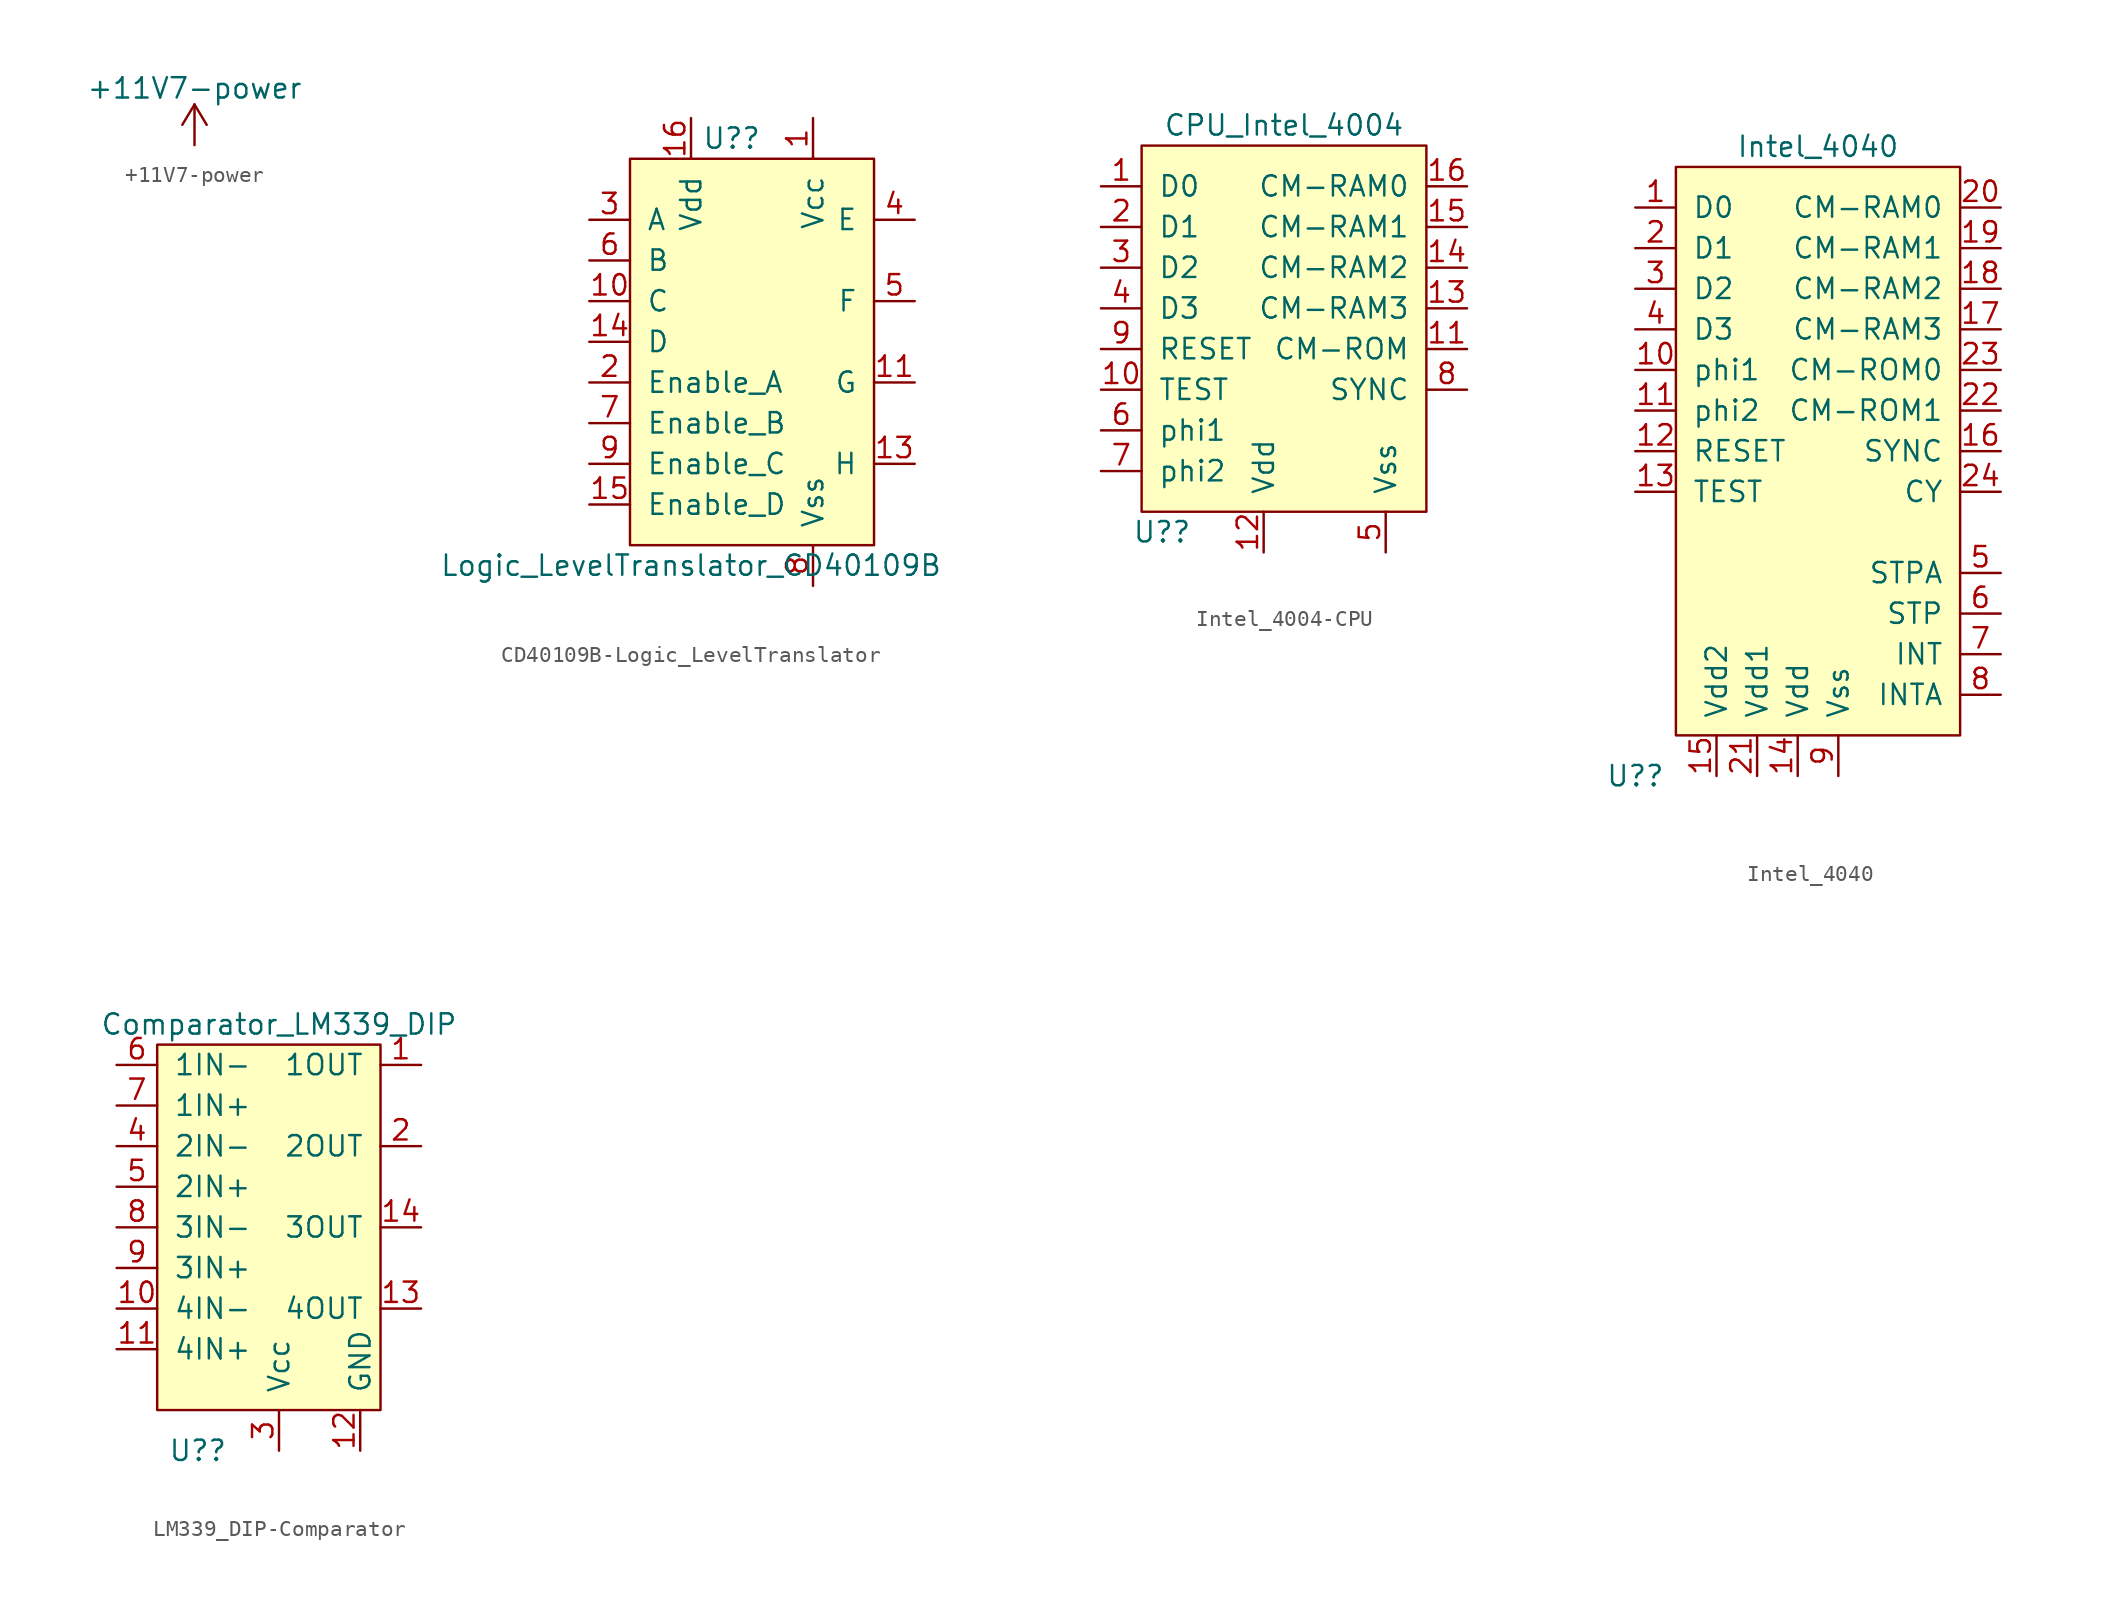
<source format=kicad_sym>
(kicad_symbol_lib
  (version 20220914)
  (generator kicad_symbol_editor)
  (symbol "+11V7-power"
    (power)
    (pin_names
      (offset 0))
    (property "Reference" "#PWR"
      (at 0 -3.81 0)
      (effects (font (size 1.27 1.27)) hide))
    (property "Value" "+11V7-power"
      (at 0 3.556 0)
      (effects (font (size 1.27 1.27))))
    (symbol "+11V7-power_0_1"
      (polyline (pts (xy -0.762 1.27) (xy 0 2.54)) (stroke (width 0) (type solid)) (fill (type none)))
      (polyline (pts (xy 0 0) (xy 0 2.54)) (stroke (width 0) (type solid)) (fill (type none)))
      (polyline (pts (xy 0 2.54) (xy 0.762 1.27)) (stroke (width 0) (type solid)) (fill (type none))))
    (symbol "+11V7-power_1_1"
      (pin power_in line (at 0 0 90) (length 0) hide (name "+11V7" (effects (font (size 1.27 1.27)))) (number "1" (effects (font (size 1.27 1.27)))))))
  (symbol "CD40109B-Logic_LevelTranslator"
    (pin_names
      (offset 1.016))
    (property "Reference" "U?"
      (at -1.27 2.54 0)
      (effects (font (size 1.27 1.27))))
    (property "Value" "Logic_LevelTranslator_CD40109B"
      (at -3.81 -24.13 0)
      (effects (font (size 1.27 1.27))))
    (symbol "CD40109B-Logic_LevelTranslator_0_1"
      (rectangle (start -7.62 1.27) (end 7.62 -22.86) (stroke (width 0) (type solid)) (fill (type background))))
    (symbol "CD40109B-Logic_LevelTranslator_1_1"
      (pin power_in line (at 3.81 3.81 270) (length 2.54) (name "Vcc" (effects (font (size 1.27 1.27)))) (number "1" (effects (font (size 1.27 1.27)))))
      (pin input line (at -10.16 -7.62 0) (length 2.54) (name "C" (effects (font (size 1.27 1.27)))) (number "10" (effects (font (size 1.27 1.27)))))
      (pin output line (at 10.16 -12.7 180) (length 2.54) (name "G" (effects (font (size 1.27 1.27)))) (number "11" (effects (font (size 1.27 1.27)))))
      (pin output line (at 10.16 -17.78 180) (length 2.54) (name "H" (effects (font (size 1.27 1.27)))) (number "13" (effects (font (size 1.27 1.27)))))
      (pin input line (at -10.16 -10.16 0) (length 2.54) (name "D" (effects (font (size 1.27 1.27)))) (number "14" (effects (font (size 1.27 1.27)))))
      (pin input line (at -10.16 -20.32 0) (length 2.54) (name "Enable_D" (effects (font (size 1.27 1.27)))) (number "15" (effects (font (size 1.27 1.27)))))
      (pin power_in line (at -3.81 3.81 270) (length 2.54) (name "Vdd" (effects (font (size 1.27 1.27)))) (number "16" (effects (font (size 1.27 1.27)))))
      (pin input line (at -10.16 -12.7 0) (length 2.54) (name "Enable_A" (effects (font (size 1.27 1.27)))) (number "2" (effects (font (size 1.27 1.27)))))
      (pin input line (at -10.16 -2.54 0) (length 2.54) (name "A" (effects (font (size 1.27 1.27)))) (number "3" (effects (font (size 1.27 1.27)))))
      (pin output line (at 10.16 -2.54 180) (length 2.54) (name "E" (effects (font (size 1.27 1.27)))) (number "4" (effects (font (size 1.27 1.27)))))
      (pin output line (at 10.16 -7.62 180) (length 2.54) (name "F" (effects (font (size 1.27 1.27)))) (number "5" (effects (font (size 1.27 1.27)))))
      (pin input line (at -10.16 -5.08 0) (length 2.54) (name "B" (effects (font (size 1.27 1.27)))) (number "6" (effects (font (size 1.27 1.27)))))
      (pin input line (at -10.16 -15.24 0) (length 2.54) (name "Enable_B" (effects (font (size 1.27 1.27)))) (number "7" (effects (font (size 1.27 1.27)))))
      (pin power_in line (at 3.81 -25.4 90) (length 2.54) (name "Vss" (effects (font (size 1.27 1.27)))) (number "8" (effects (font (size 1.27 1.27)))))
      (pin input line (at -10.16 -17.78 0) (length 2.54) (name "Enable_C" (effects (font (size 1.27 1.27)))) (number "9" (effects (font (size 1.27 1.27)))))))
  (symbol "Intel_4004-CPU"
    (pin_names
      (offset 1.016))
    (property "Reference" "U?"
      (at -5.08 -24.13 0)
      (effects (font (size 1.27 1.27))))
    (property "Value" "CPU_Intel_4004"
      (at 2.54 1.27 0)
      (effects (font (size 1.27 1.27))))
    (symbol "Intel_4004-CPU_0_1"
      (rectangle (start -6.35 0) (end 11.43 -22.86) (stroke (width 0) (type solid)) (fill (type background))))
    (symbol "Intel_4004-CPU_1_1"
      (pin bidirectional line (at -8.89 -2.54 0) (length 2.54) (name "D0" (effects (font (size 1.27 1.27)))) (number "1" (effects (font (size 1.27 1.27)))))
      (pin input line (at -8.89 -15.24 0) (length 2.54) (name "TEST" (effects (font (size 1.27 1.27)))) (number "10" (effects (font (size 1.27 1.27)))))
      (pin output line (at 13.97 -12.7 180) (length 2.54) (name "CM-ROM" (effects (font (size 1.27 1.27)))) (number "11" (effects (font (size 1.27 1.27)))))
      (pin power_in line (at 1.27 -25.4 90) (length 2.54) (name "Vdd" (effects (font (size 1.27 1.27)))) (number "12" (effects (font (size 1.27 1.27)))))
      (pin output line (at 13.97 -10.16 180) (length 2.54) (name "CM-RAM3" (effects (font (size 1.27 1.27)))) (number "13" (effects (font (size 1.27 1.27)))))
      (pin output line (at 13.97 -7.62 180) (length 2.54) (name "CM-RAM2" (effects (font (size 1.27 1.27)))) (number "14" (effects (font (size 1.27 1.27)))))
      (pin output line (at 13.97 -5.08 180) (length 2.54) (name "CM-RAM1" (effects (font (size 1.27 1.27)))) (number "15" (effects (font (size 1.27 1.27)))))
      (pin output line (at 13.97 -2.54 180) (length 2.54) (name "CM-RAM0" (effects (font (size 1.27 1.27)))) (number "16" (effects (font (size 1.27 1.27)))))
      (pin bidirectional line (at -8.89 -5.08 0) (length 2.54) (name "D1" (effects (font (size 1.27 1.27)))) (number "2" (effects (font (size 1.27 1.27)))))
      (pin bidirectional line (at -8.89 -7.62 0) (length 2.54) (name "D2" (effects (font (size 1.27 1.27)))) (number "3" (effects (font (size 1.27 1.27)))))
      (pin bidirectional line (at -8.89 -10.16 0) (length 2.54) (name "D3" (effects (font (size 1.27 1.27)))) (number "4" (effects (font (size 1.27 1.27)))))
      (pin power_in line (at 8.89 -25.4 90) (length 2.54) (name "Vss" (effects (font (size 1.27 1.27)))) (number "5" (effects (font (size 1.27 1.27)))))
      (pin input line (at -8.89 -17.78 0) (length 2.54) (name "phi1" (effects (font (size 1.27 1.27)))) (number "6" (effects (font (size 1.27 1.27)))))
      (pin input line (at -8.89 -20.32 0) (length 2.54) (name "phi2" (effects (font (size 1.27 1.27)))) (number "7" (effects (font (size 1.27 1.27)))))
      (pin output line (at 13.97 -15.24 180) (length 2.54) (name "SYNC" (effects (font (size 1.27 1.27)))) (number "8" (effects (font (size 1.27 1.27)))))
      (pin input line (at -8.89 -12.7 0) (length 2.54) (name "RESET" (effects (font (size 1.27 1.27)))) (number "9" (effects (font (size 1.27 1.27)))))))
  (symbol "Intel_4040"
    (pin_names
      (offset 1.016))
    (property "Reference" "U?"
      (at -8.89 -38.1 0)
      (effects (font (size 1.27 1.27))))
    (property "Value" "Intel_4040"
      (at 2.54 1.27 0)
      (effects (font (size 1.27 1.27))))
    (symbol "Intel_4040_0_1"
      (rectangle (start -6.35 0) (end 11.43 -35.56) (stroke (width 0) (type solid)) (fill (type background))))
    (symbol "Intel_4040_1_1"
      (pin bidirectional line (at -8.89 -2.54 0) (length 2.54) (name "D0" (effects (font (size 1.27 1.27)))) (number "1" (effects (font (size 1.27 1.27)))))
      (pin input line (at -8.89 -12.7 0) (length 2.54) (name "phi1" (effects (font (size 1.27 1.27)))) (number "10" (effects (font (size 1.27 1.27)))))
      (pin input line (at -8.89 -15.24 0) (length 2.54) (name "phi2" (effects (font (size 1.27 1.27)))) (number "11" (effects (font (size 1.27 1.27)))))
      (pin input line (at -8.89 -17.78 0) (length 2.54) (name "RESET" (effects (font (size 1.27 1.27)))) (number "12" (effects (font (size 1.27 1.27)))))
      (pin input line (at -8.89 -20.32 0) (length 2.54) (name "TEST" (effects (font (size 1.27 1.27)))) (number "13" (effects (font (size 1.27 1.27)))))
      (pin power_in line (at 1.27 -38.1 90) (length 2.54) (name "Vdd" (effects (font (size 1.27 1.27)))) (number "14" (effects (font (size 1.27 1.27)))))
      (pin power_in line (at -3.81 -38.1 90) (length 2.54) (name "Vdd2" (effects (font (size 1.27 1.27)))) (number "15" (effects (font (size 1.27 1.27)))))
      (pin output line (at 13.97 -17.78 180) (length 2.54) (name "SYNC" (effects (font (size 1.27 1.27)))) (number "16" (effects (font (size 1.27 1.27)))))
      (pin output line (at 13.97 -10.16 180) (length 2.54) (name "CM-RAM3" (effects (font (size 1.27 1.27)))) (number "17" (effects (font (size 1.27 1.27)))))
      (pin output line (at 13.97 -7.62 180) (length 2.54) (name "CM-RAM2" (effects (font (size 1.27 1.27)))) (number "18" (effects (font (size 1.27 1.27)))))
      (pin output line (at 13.97 -5.08 180) (length 2.54) (name "CM-RAM1" (effects (font (size 1.27 1.27)))) (number "19" (effects (font (size 1.27 1.27)))))
      (pin bidirectional line (at -8.89 -5.08 0) (length 2.54) (name "D1" (effects (font (size 1.27 1.27)))) (number "2" (effects (font (size 1.27 1.27)))))
      (pin output line (at 13.97 -2.54 180) (length 2.54) (name "CM-RAM0" (effects (font (size 1.27 1.27)))) (number "20" (effects (font (size 1.27 1.27)))))
      (pin power_in line (at -1.27 -38.1 90) (length 2.54) (name "Vdd1" (effects (font (size 1.27 1.27)))) (number "21" (effects (font (size 1.27 1.27)))))
      (pin output line (at 13.97 -15.24 180) (length 2.54) (name "CM-ROM1" (effects (font (size 1.27 1.27)))) (number "22" (effects (font (size 1.27 1.27)))))
      (pin output line (at 13.97 -12.7 180) (length 2.54) (name "CM-ROM0" (effects (font (size 1.27 1.27)))) (number "23" (effects (font (size 1.27 1.27)))))
      (pin output line (at 13.97 -20.32 180) (length 2.54) (name "CY" (effects (font (size 1.27 1.27)))) (number "24" (effects (font (size 1.27 1.27)))))
      (pin bidirectional line (at -8.89 -7.62 0) (length 2.54) (name "D2" (effects (font (size 1.27 1.27)))) (number "3" (effects (font (size 1.27 1.27)))))
      (pin bidirectional line (at -8.89 -10.16 0) (length 2.54) (name "D3" (effects (font (size 1.27 1.27)))) (number "4" (effects (font (size 1.27 1.27)))))
      (pin output line (at 13.97 -25.4 180) (length 2.54) (name "STPA" (effects (font (size 1.27 1.27)))) (number "5" (effects (font (size 1.27 1.27)))))
      (pin input line (at 13.97 -27.94 180) (length 2.54) (name "STP" (effects (font (size 1.27 1.27)))) (number "6" (effects (font (size 1.27 1.27)))))
      (pin input line (at 13.97 -30.48 180) (length 2.54) (name "INT" (effects (font (size 1.27 1.27)))) (number "7" (effects (font (size 1.27 1.27)))))
      (pin output line (at 13.97 -33.02 180) (length 2.54) (name "INTA" (effects (font (size 1.27 1.27)))) (number "8" (effects (font (size 1.27 1.27)))))
      (pin power_in line (at 3.81 -38.1 90) (length 2.54) (name "Vss" (effects (font (size 1.27 1.27)))) (number "9" (effects (font (size 1.27 1.27)))))))
  (symbol "LM339_DIP-Comparator"
    (pin_names
      (offset 1.016))
    (property "Reference" "U?"
      (at -5.08 -25.4 0)
      (effects (font (size 1.27 1.27))))
    (property "Value" "Comparator_LM339_DIP"
      (at 0 1.27 0)
      (effects (font (size 1.27 1.27))))
    (symbol "LM339_DIP-Comparator_0_1"
      (rectangle (start -7.62 0) (end 6.35 -22.86) (stroke (width 0) (type solid)) (fill (type background))))
    (symbol "LM339_DIP-Comparator_1_1"
      (pin output line (at 8.89 -1.27 180) (length 2.54) (name "1OUT" (effects (font (size 1.27 1.27)))) (number "1" (effects (font (size 1.27 1.27)))))
      (pin input line (at -10.16 -16.51 0) (length 2.54) (name "4IN-" (effects (font (size 1.27 1.27)))) (number "10" (effects (font (size 1.27 1.27)))))
      (pin input line (at -10.16 -19.05 0) (length 2.54) (name "4IN+" (effects (font (size 1.27 1.27)))) (number "11" (effects (font (size 1.27 1.27)))))
      (pin power_in line (at 5.08 -25.4 90) (length 2.54) (name "GND" (effects (font (size 1.27 1.27)))) (number "12" (effects (font (size 1.27 1.27)))))
      (pin output line (at 8.89 -16.51 180) (length 2.54) (name "4OUT" (effects (font (size 1.27 1.27)))) (number "13" (effects (font (size 1.27 1.27)))))
      (pin output line (at 8.89 -11.43 180) (length 2.54) (name "3OUT" (effects (font (size 1.27 1.27)))) (number "14" (effects (font (size 1.27 1.27)))))
      (pin output line (at 8.89 -6.35 180) (length 2.54) (name "2OUT" (effects (font (size 1.27 1.27)))) (number "2" (effects (font (size 1.27 1.27)))))
      (pin power_in line (at 0 -25.4 90) (length 2.54) (name "Vcc" (effects (font (size 1.27 1.27)))) (number "3" (effects (font (size 1.27 1.27)))))
      (pin input line (at -10.16 -6.35 0) (length 2.54) (name "2IN-" (effects (font (size 1.27 1.27)))) (number "4" (effects (font (size 1.27 1.27)))))
      (pin input line (at -10.16 -8.89 0) (length 2.54) (name "2IN+" (effects (font (size 1.27 1.27)))) (number "5" (effects (font (size 1.27 1.27)))))
      (pin input line (at -10.16 -1.27 0) (length 2.54) (name "1IN-" (effects (font (size 1.27 1.27)))) (number "6" (effects (font (size 1.27 1.27)))))
      (pin input line (at -10.16 -3.81 0) (length 2.54) (name "1IN+" (effects (font (size 1.27 1.27)))) (number "7" (effects (font (size 1.27 1.27)))))
      (pin input line (at -10.16 -11.43 0) (length 2.54) (name "3IN-" (effects (font (size 1.27 1.27)))) (number "8" (effects (font (size 1.27 1.27)))))
      (pin input line (at -10.16 -13.97 0) (length 2.54) (name "3IN+" (effects (font (size 1.27 1.27)))) (number "9" (effects (font (size 1.27 1.27))))))))
</source>
